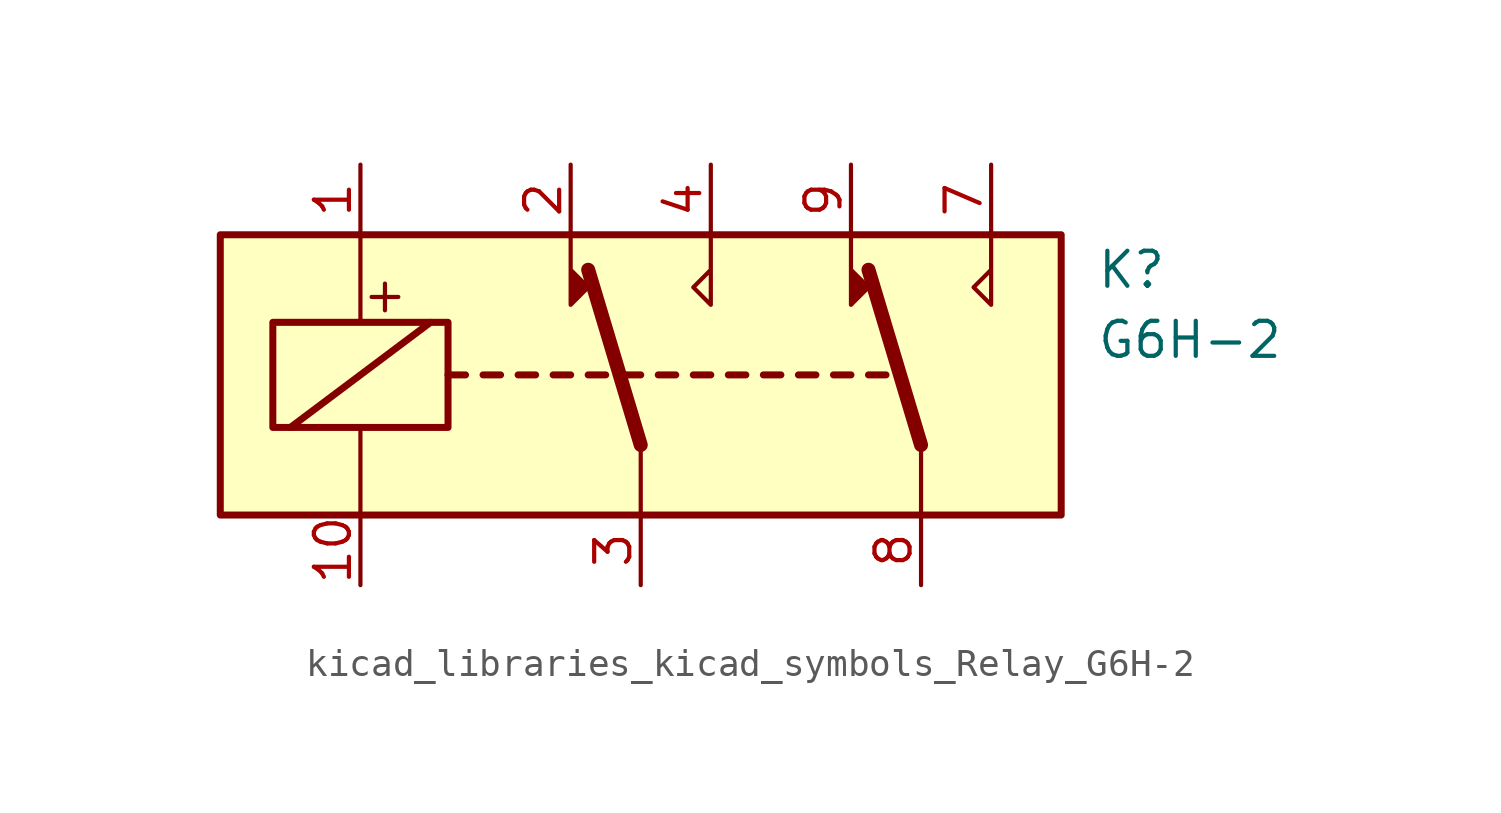
<source format=kicad_sym>
(kicad_symbol_lib
  (version 20220914)
  (generator kicad_symbol_editor)
  (symbol "kicad_libraries_kicad_symbols_Relay_G6H-2"
    (property "Reference" "K"
      (at 16.51 3.81 0)
      (effects (font (size 1.27 1.27)) (justify left)))
    (property "Value" "G6H-2"
      (at 16.51 1.27 0)
      (effects (font (size 1.27 1.27)) (justify left)))
    (symbol "kicad_libraries_kicad_symbols_Relay_G6H-2_0_0"
      (text "+" (at -9.271 2.921 0) (effects (font (size 1.27 1.27)))))
    (symbol "kicad_libraries_kicad_symbols_Relay_G6H-2_0_1"
      (rectangle (start -15.24 5.08) (end 15.24 -5.08) (stroke (width 0.254) (type default)) (fill (type background)))
      (rectangle (start -13.335 1.905) (end -6.985 -1.905) (stroke (width 0.254) (type default)) (fill (type none)))
      (polyline (pts (xy -12.7 -1.905) (xy -7.62 1.905)) (stroke (width 0.254) (type default)) (fill (type none)))
      (polyline (pts (xy -10.16 -5.08) (xy -10.16 -1.905)) (stroke (width 0) (type default)) (fill (type none)))
      (polyline (pts (xy -10.16 5.08) (xy -10.16 1.905)) (stroke (width 0) (type default)) (fill (type none)))
      (polyline (pts (xy -6.985 0) (xy -6.35 0)) (stroke (width 0.254) (type default)) (fill (type none)))
      (polyline (pts (xy -5.715 0) (xy -5.08 0)) (stroke (width 0.254) (type default)) (fill (type none)))
      (polyline (pts (xy -4.445 0) (xy -3.81 0)) (stroke (width 0.254) (type default)) (fill (type none)))
      (polyline (pts (xy -3.175 0) (xy -2.54 0)) (stroke (width 0.254) (type default)) (fill (type none)))
      (polyline (pts (xy -1.905 0) (xy -1.27 0)) (stroke (width 0.254) (type default)) (fill (type none)))
      (polyline (pts (xy -0.635 0) (xy 0 0)) (stroke (width 0.254) (type default)) (fill (type none)))
      (polyline (pts (xy 0 -2.54) (xy -1.905 3.81)) (stroke (width 0.508) (type default)) (fill (type none)))
      (polyline (pts (xy 0 -2.54) (xy 0 -5.08)) (stroke (width 0) (type default)) (fill (type none)))
      (polyline (pts (xy 0.635 0) (xy 1.27 0)) (stroke (width 0.254) (type default)) (fill (type none)))
      (polyline (pts (xy 1.905 0) (xy 2.54 0)) (stroke (width 0.254) (type default)) (fill (type none)))
      (polyline (pts (xy 3.175 0) (xy 3.81 0)) (stroke (width 0.254) (type default)) (fill (type none)))
      (polyline (pts (xy 4.445 0) (xy 5.08 0)) (stroke (width 0.254) (type default)) (fill (type none)))
      (polyline (pts (xy 5.715 0) (xy 6.35 0)) (stroke (width 0.254) (type default)) (fill (type none)))
      (polyline (pts (xy 6.985 0) (xy 7.62 0)) (stroke (width 0.254) (type default)) (fill (type none)))
      (polyline (pts (xy 8.255 0) (xy 8.89 0)) (stroke (width 0.254) (type default)) (fill (type none)))
      (polyline (pts (xy 10.16 -2.54) (xy 8.255 3.81)) (stroke (width 0.508) (type default)) (fill (type none)))
      (polyline (pts (xy 10.16 -2.54) (xy 10.16 -5.08)) (stroke (width 0) (type default)) (fill (type none)))
      (polyline (pts (xy -2.54 5.08) (xy -2.54 2.54) (xy -1.905 3.175) (xy -2.54 3.81)) (stroke (width 0) (type default)) (fill (type outline)))
      (polyline (pts (xy 2.54 5.08) (xy 2.54 2.54) (xy 1.905 3.175) (xy 2.54 3.81)) (stroke (width 0) (type default)) (fill (type none)))
      (polyline (pts (xy 7.62 5.08) (xy 7.62 2.54) (xy 8.255 3.175) (xy 7.62 3.81)) (stroke (width 0) (type default)) (fill (type outline)))
      (polyline (pts (xy 12.7 5.08) (xy 12.7 2.54) (xy 12.065 3.175) (xy 12.7 3.81)) (stroke (width 0) (type default)) (fill (type none))))
    (symbol "kicad_libraries_kicad_symbols_Relay_G6H-2_1_1"
      (pin passive line (at -10.16 7.62 270) (length 2.54) (name "~" (effects (font (size 1.27 1.27)))) (number "1" (effects (font (size 1.27 1.27)))))
      (pin passive line (at -10.16 -7.62 90) (length 2.54) (name "~" (effects (font (size 1.27 1.27)))) (number "10" (effects (font (size 1.27 1.27)))))
      (pin passive line (at -2.54 7.62 270) (length 2.54) (name "~" (effects (font (size 1.27 1.27)))) (number "2" (effects (font (size 1.27 1.27)))))
      (pin passive line (at 0 -7.62 90) (length 2.54) (name "~" (effects (font (size 1.27 1.27)))) (number "3" (effects (font (size 1.27 1.27)))))
      (pin passive line (at 2.54 7.62 270) (length 2.54) (name "~" (effects (font (size 1.27 1.27)))) (number "4" (effects (font (size 1.27 1.27)))))
      (pin no_connect line (at 5.08 -5.08 90) (length 2.54) hide (name "NC" (effects (font (size 1.27 1.27)))) (number "5" (effects (font (size 1.27 1.27)))))
      (pin no_connect line (at 2.54 -5.08 90) (length 2.54) hide (name "NC" (effects (font (size 1.27 1.27)))) (number "6" (effects (font (size 1.27 1.27)))))
      (pin passive line (at 12.7 7.62 270) (length 2.54) (name "~" (effects (font (size 1.27 1.27)))) (number "7" (effects (font (size 1.27 1.27)))))
      (pin passive line (at 10.16 -7.62 90) (length 2.54) (name "~" (effects (font (size 1.27 1.27)))) (number "8" (effects (font (size 1.27 1.27)))))
      (pin passive line (at 7.62 7.62 270) (length 2.54) (name "~" (effects (font (size 1.27 1.27)))) (number "9" (effects (font (size 1.27 1.27))))))))
</source>
